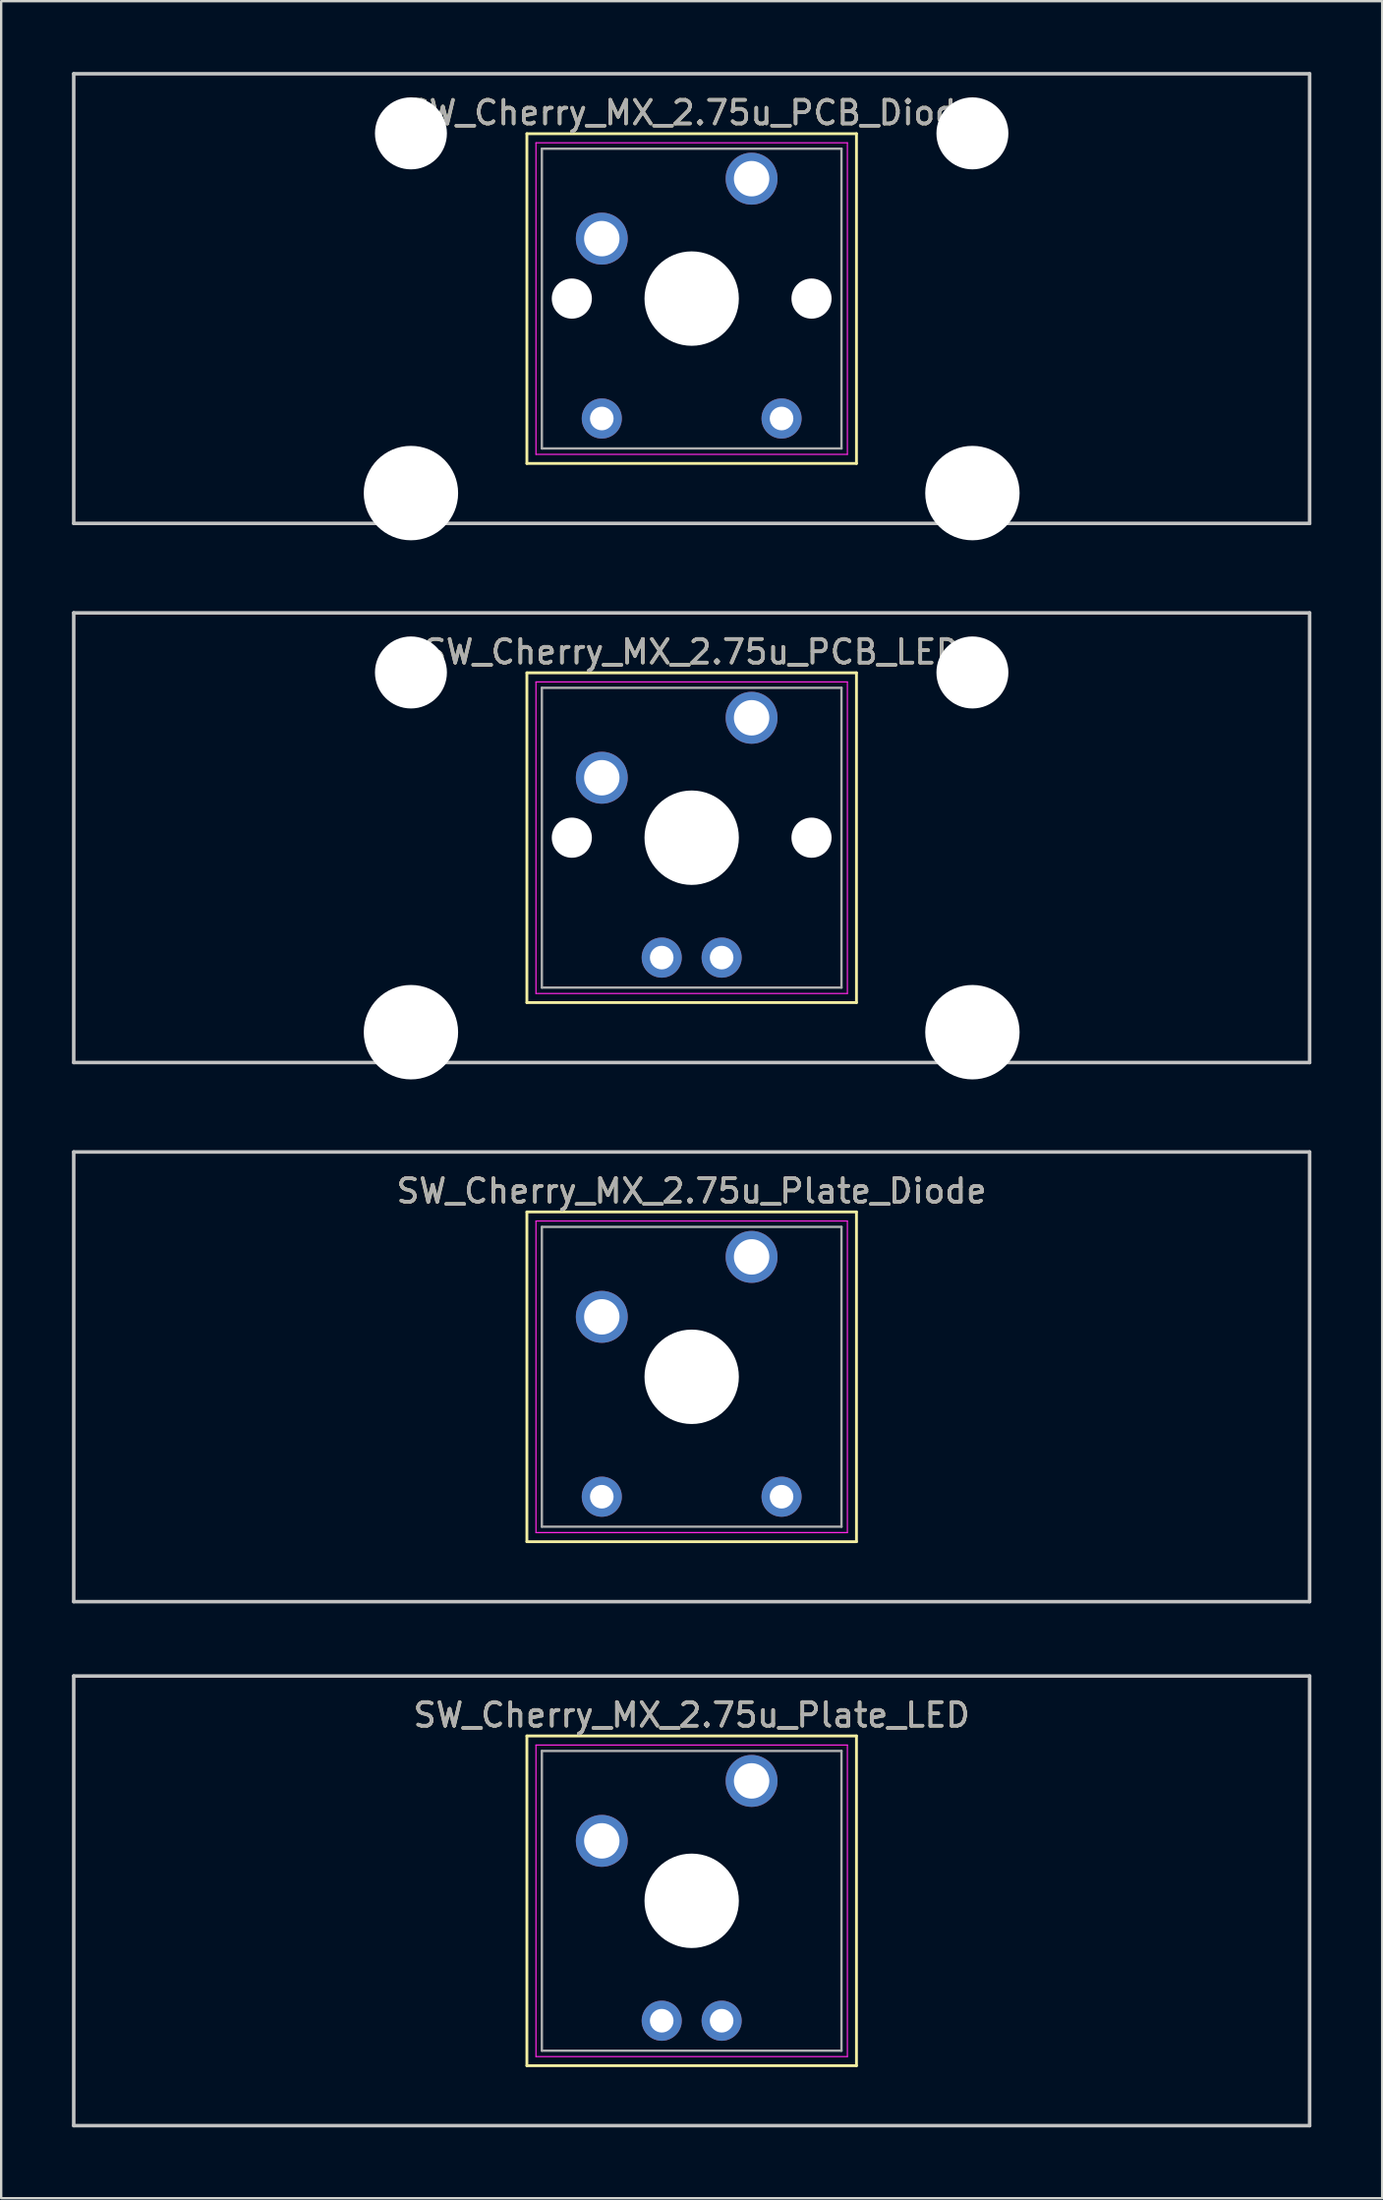
<source format=kicad_pcb>
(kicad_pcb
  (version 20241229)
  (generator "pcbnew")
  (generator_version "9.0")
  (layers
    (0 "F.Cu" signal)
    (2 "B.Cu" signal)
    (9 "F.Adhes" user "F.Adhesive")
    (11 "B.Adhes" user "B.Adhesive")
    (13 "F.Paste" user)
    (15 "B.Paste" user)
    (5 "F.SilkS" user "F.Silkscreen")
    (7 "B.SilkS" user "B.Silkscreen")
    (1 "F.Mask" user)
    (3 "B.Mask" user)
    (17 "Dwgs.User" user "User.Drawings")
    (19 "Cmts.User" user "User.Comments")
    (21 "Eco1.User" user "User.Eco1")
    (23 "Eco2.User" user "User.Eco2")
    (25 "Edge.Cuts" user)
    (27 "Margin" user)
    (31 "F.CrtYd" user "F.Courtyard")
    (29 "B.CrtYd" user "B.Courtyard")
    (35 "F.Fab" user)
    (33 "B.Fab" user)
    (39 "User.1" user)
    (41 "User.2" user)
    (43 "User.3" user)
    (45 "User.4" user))
  (footprint "SW_Cherry_MX_2.75u_Plate_Diode"
    (layer "F.Cu")
    (at 28.809 50.2)
    (property "Reference" "SW_Cherry_MX_2.75u_Plate_Diode" (at -2.54 -2.794 0) (layer "F.SilkS") (effects (font (size 1 1) (thickness 0.15))))
    (attr through_hole)
    (fp_line (start -9.525 -1.905) (end 4.445 -1.905) (stroke (width 0.12) (type solid)) (layer "F.SilkS"))
    (fp_line (start -9.525 12.065) (end -9.525 -1.905) (stroke (width 0.12) (type solid)) (layer "F.SilkS"))
    (fp_line (start 4.445 -1.905) (end 4.445 12.065) (stroke (width 0.12) (type solid)) (layer "F.SilkS"))
    (fp_line (start 4.445 12.065) (end -9.525 12.065) (stroke (width 0.12) (type solid)) (layer "F.SilkS"))
    (fp_line (start -28.734 -4.445) (end 23.654 -4.445) (stroke (width 0.15) (type solid)) (layer "Dwgs.User"))
    (fp_line (start -28.734 14.605) (end -28.734 -4.445) (stroke (width 0.15) (type solid)) (layer "Dwgs.User"))
    (fp_line (start 23.654 -4.445) (end 23.654 14.605) (stroke (width 0.15) (type solid)) (layer "Dwgs.User"))
    (fp_line (start 23.654 14.605) (end -28.734 14.605) (stroke (width 0.15) (type solid)) (layer "Dwgs.User"))
    (fp_line (start -9.14 -1.52) (end 4.06 -1.52) (stroke (width 0.05) (type solid)) (layer "F.CrtYd"))
    (fp_line (start -9.14 11.68) (end -9.14 -1.52) (stroke (width 0.05) (type solid)) (layer "F.CrtYd"))
    (fp_line (start 4.06 -1.52) (end 4.06 11.68) (stroke (width 0.05) (type solid)) (layer "F.CrtYd"))
    (fp_line (start 4.06 11.68) (end -9.14 11.68) (stroke (width 0.05) (type solid)) (layer "F.CrtYd"))
    (fp_line (start -8.89 -1.27) (end 3.81 -1.27) (stroke (width 0.1) (type solid)) (layer "F.Fab"))
    (fp_line (start -8.89 11.43) (end -8.89 -1.27) (stroke (width 0.1) (type solid)) (layer "F.Fab"))
    (fp_line (start 3.81 -1.27) (end 3.81 11.43) (stroke (width 0.1) (type solid)) (layer "F.Fab"))
    (fp_line (start 3.81 11.43) (end -8.89 11.43) (stroke (width 0.1) (type solid)) (layer "F.Fab"))
    (fp_text user "${REFERENCE}" (at -2.54 -2.794 0) (layer "F.Fab") (effects (font (size 1 1) (thickness 0.15))))
    (pad "" np_thru_hole circle (at -2.54 5.08) (size 4 4) (drill 4) (layers "*.Cu" "*.Mask"))
    (pad "1" thru_hole circle (at 0 0) (size 2.2 2.2) (drill 1.5) (layers "*.Cu" "*.Mask"))
    (pad "2" thru_hole circle (at -6.35 2.54) (size 2.2 2.2) (drill 1.5) (layers "*.Cu" "*.Mask"))
    (pad "3" thru_hole circle (at 1.27 10.16) (size 1.7 1.7) (drill 1) (layers "*.Cu" "*.Mask"))
    (pad "4" thru_hole circle (at -6.35 10.16) (size 1.7 1.7) (drill 1) (layers "*.Cu" "*.Mask")))
  (footprint "SW_Cherry_MX_2.75u_PCB_LED"
    (layer "F.Cu")
    (at 28.809 27.36)
    (property "Reference" "SW_Cherry_MX_2.75u_PCB_LED" (at -2.54 -2.794 0) (layer "F.SilkS") (effects (font (size 1 1) (thickness 0.15))))
    (attr through_hole)
    (fp_line (start -9.525 -1.905) (end 4.445 -1.905) (stroke (width 0.12) (type solid)) (layer "F.SilkS"))
    (fp_line (start -9.525 12.065) (end -9.525 -1.905) (stroke (width 0.12) (type solid)) (layer "F.SilkS"))
    (fp_line (start 4.445 -1.905) (end 4.445 12.065) (stroke (width 0.12) (type solid)) (layer "F.SilkS"))
    (fp_line (start 4.445 12.065) (end -9.525 12.065) (stroke (width 0.12) (type solid)) (layer "F.SilkS"))
    (fp_line (start -28.734 -4.445) (end 23.654 -4.445) (stroke (width 0.15) (type solid)) (layer "Dwgs.User"))
    (fp_line (start -28.734 14.605) (end -28.734 -4.445) (stroke (width 0.15) (type solid)) (layer "Dwgs.User"))
    (fp_line (start 23.654 -4.445) (end 23.654 14.605) (stroke (width 0.15) (type solid)) (layer "Dwgs.User"))
    (fp_line (start 23.654 14.605) (end -28.734 14.605) (stroke (width 0.15) (type solid)) (layer "Dwgs.User"))
    (fp_line (start -9.14 -1.52) (end 4.06 -1.52) (stroke (width 0.05) (type solid)) (layer "F.CrtYd"))
    (fp_line (start -9.14 11.68) (end -9.14 -1.52) (stroke (width 0.05) (type solid)) (layer "F.CrtYd"))
    (fp_line (start 4.06 -1.52) (end 4.06 11.68) (stroke (width 0.05) (type solid)) (layer "F.CrtYd"))
    (fp_line (start 4.06 11.68) (end -9.14 11.68) (stroke (width 0.05) (type solid)) (layer "F.CrtYd"))
    (fp_line (start -8.89 -1.27) (end 3.81 -1.27) (stroke (width 0.1) (type solid)) (layer "F.Fab"))
    (fp_line (start -8.89 11.43) (end -8.89 -1.27) (stroke (width 0.1) (type solid)) (layer "F.Fab"))
    (fp_line (start 3.81 -1.27) (end 3.81 11.43) (stroke (width 0.1) (type solid)) (layer "F.Fab"))
    (fp_line (start 3.81 11.43) (end -8.89 11.43) (stroke (width 0.1) (type solid)) (layer "F.Fab"))
    (fp_text user "${REFERENCE}" (at -2.54 -2.794 0) (layer "F.Fab") (effects (font (size 1 1) (thickness 0.15))))
    (pad "" np_thru_hole circle (at -14.44 -1.92) (size 3.05 3.05) (drill 3.05) (layers "*.Cu" "*.Mask"))
    (pad "" np_thru_hole circle (at -14.44 13.32) (size 4 4) (drill 4) (layers "*.Cu" "*.Mask"))
    (pad "" np_thru_hole circle (at -7.62 5.08) (size 1.7 1.7) (drill 1.7) (layers "*.Cu" "*.Mask"))
    (pad "" np_thru_hole circle (at -2.54 5.08) (size 4 4) (drill 4) (layers "*.Cu" "*.Mask"))
    (pad "" np_thru_hole circle (at 2.54 5.08) (size 1.7 1.7) (drill 1.7) (layers "*.Cu" "*.Mask"))
    (pad "" np_thru_hole circle (at 9.36 -1.92) (size 3.05 3.05) (drill 3.05) (layers "*.Cu" "*.Mask"))
    (pad "" np_thru_hole circle (at 9.36 13.32) (size 4 4) (drill 4) (layers "*.Cu" "*.Mask"))
    (pad "1" thru_hole circle (at 0 0) (size 2.2 2.2) (drill 1.5) (layers "*.Cu" "*.Mask"))
    (pad "2" thru_hole circle (at -6.35 2.54) (size 2.2 2.2) (drill 1.5) (layers "*.Cu" "*.Mask"))
    (pad "3" thru_hole circle (at -1.27 10.16) (size 1.7 1.7) (drill 1) (layers "*.Cu" "*.Mask"))
    (pad "4" thru_hole circle (at -3.81 10.16) (size 1.7 1.7) (drill 1) (layers "*.Cu" "*.Mask")))
  (footprint "SW_Cherry_MX_2.75u_Plate_LED"
    (layer "F.Cu")
    (at 28.809 72.4)
    (property "Reference" "SW_Cherry_MX_2.75u_Plate_LED" (at -2.54 -2.794 0) (layer "F.SilkS") (effects (font (size 1 1) (thickness 0.15))))
    (attr through_hole)
    (fp_line (start -9.525 -1.905) (end 4.445 -1.905) (stroke (width 0.12) (type solid)) (layer "F.SilkS"))
    (fp_line (start -9.525 12.065) (end -9.525 -1.905) (stroke (width 0.12) (type solid)) (layer "F.SilkS"))
    (fp_line (start 4.445 -1.905) (end 4.445 12.065) (stroke (width 0.12) (type solid)) (layer "F.SilkS"))
    (fp_line (start 4.445 12.065) (end -9.525 12.065) (stroke (width 0.12) (type solid)) (layer "F.SilkS"))
    (fp_line (start -28.734 -4.445) (end 23.654 -4.445) (stroke (width 0.15) (type solid)) (layer "Dwgs.User"))
    (fp_line (start -28.734 14.605) (end -28.734 -4.445) (stroke (width 0.15) (type solid)) (layer "Dwgs.User"))
    (fp_line (start 23.654 -4.445) (end 23.654 14.605) (stroke (width 0.15) (type solid)) (layer "Dwgs.User"))
    (fp_line (start 23.654 14.605) (end -28.734 14.605) (stroke (width 0.15) (type solid)) (layer "Dwgs.User"))
    (fp_line (start -9.14 -1.52) (end 4.06 -1.52) (stroke (width 0.05) (type solid)) (layer "F.CrtYd"))
    (fp_line (start -9.14 11.68) (end -9.14 -1.52) (stroke (width 0.05) (type solid)) (layer "F.CrtYd"))
    (fp_line (start 4.06 -1.52) (end 4.06 11.68) (stroke (width 0.05) (type solid)) (layer "F.CrtYd"))
    (fp_line (start 4.06 11.68) (end -9.14 11.68) (stroke (width 0.05) (type solid)) (layer "F.CrtYd"))
    (fp_line (start -8.89 -1.27) (end 3.81 -1.27) (stroke (width 0.1) (type solid)) (layer "F.Fab"))
    (fp_line (start -8.89 11.43) (end -8.89 -1.27) (stroke (width 0.1) (type solid)) (layer "F.Fab"))
    (fp_line (start 3.81 -1.27) (end 3.81 11.43) (stroke (width 0.1) (type solid)) (layer "F.Fab"))
    (fp_line (start 3.81 11.43) (end -8.89 11.43) (stroke (width 0.1) (type solid)) (layer "F.Fab"))
    (fp_text user "${REFERENCE}" (at -2.54 -2.794 0) (layer "F.Fab") (effects (font (size 1 1) (thickness 0.15))))
    (pad "" np_thru_hole circle (at -2.54 5.08) (size 4 4) (drill 4) (layers "*.Cu" "*.Mask"))
    (pad "1" thru_hole circle (at 0 0) (size 2.2 2.2) (drill 1.5) (layers "*.Cu" "*.Mask"))
    (pad "2" thru_hole circle (at -6.35 2.54) (size 2.2 2.2) (drill 1.5) (layers "*.Cu" "*.Mask"))
    (pad "3" thru_hole circle (at -1.27 10.16) (size 1.7 1.7) (drill 1) (layers "*.Cu" "*.Mask"))
    (pad "4" thru_hole circle (at -3.81 10.16) (size 1.7 1.7) (drill 1) (layers "*.Cu" "*.Mask")))
  (footprint "SW_Cherry_MX_2.75u_PCB_Diode"
    (layer "F.Cu")
    (at 28.809 4.52)
    (property "Reference" "SW_Cherry_MX_2.75u_PCB_Diode" (at -2.54 -2.794 0) (layer "F.SilkS") (effects (font (size 1 1) (thickness 0.15))))
    (attr through_hole)
    (fp_line (start -9.525 -1.905) (end 4.445 -1.905) (stroke (width 0.12) (type solid)) (layer "F.SilkS"))
    (fp_line (start -9.525 12.065) (end -9.525 -1.905) (stroke (width 0.12) (type solid)) (layer "F.SilkS"))
    (fp_line (start 4.445 -1.905) (end 4.445 12.065) (stroke (width 0.12) (type solid)) (layer "F.SilkS"))
    (fp_line (start 4.445 12.065) (end -9.525 12.065) (stroke (width 0.12) (type solid)) (layer "F.SilkS"))
    (fp_line (start -28.734 -4.445) (end 23.654 -4.445) (stroke (width 0.15) (type solid)) (layer "Dwgs.User"))
    (fp_line (start -28.734 14.605) (end -28.734 -4.445) (stroke (width 0.15) (type solid)) (layer "Dwgs.User"))
    (fp_line (start 23.654 -4.445) (end 23.654 14.605) (stroke (width 0.15) (type solid)) (layer "Dwgs.User"))
    (fp_line (start 23.654 14.605) (end -28.734 14.605) (stroke (width 0.15) (type solid)) (layer "Dwgs.User"))
    (fp_line (start -9.14 -1.52) (end 4.06 -1.52) (stroke (width 0.05) (type solid)) (layer "F.CrtYd"))
    (fp_line (start -9.14 11.68) (end -9.14 -1.52) (stroke (width 0.05) (type solid)) (layer "F.CrtYd"))
    (fp_line (start 4.06 -1.52) (end 4.06 11.68) (stroke (width 0.05) (type solid)) (layer "F.CrtYd"))
    (fp_line (start 4.06 11.68) (end -9.14 11.68) (stroke (width 0.05) (type solid)) (layer "F.CrtYd"))
    (fp_line (start -8.89 -1.27) (end 3.81 -1.27) (stroke (width 0.1) (type solid)) (layer "F.Fab"))
    (fp_line (start -8.89 11.43) (end -8.89 -1.27) (stroke (width 0.1) (type solid)) (layer "F.Fab"))
    (fp_line (start 3.81 -1.27) (end 3.81 11.43) (stroke (width 0.1) (type solid)) (layer "F.Fab"))
    (fp_line (start 3.81 11.43) (end -8.89 11.43) (stroke (width 0.1) (type solid)) (layer "F.Fab"))
    (fp_text user "${REFERENCE}" (at -2.54 -2.794 0) (layer "F.Fab") (effects (font (size 1 1) (thickness 0.15))))
    (pad "" np_thru_hole circle (at -14.44 -1.92) (size 3.05 3.05) (drill 3.05) (layers "*.Cu" "*.Mask"))
    (pad "" np_thru_hole circle (at -14.44 13.32) (size 4 4) (drill 4) (layers "*.Cu" "*.Mask"))
    (pad "" np_thru_hole circle (at -7.62 5.08) (size 1.7 1.7) (drill 1.7) (layers "*.Cu" "*.Mask"))
    (pad "" np_thru_hole circle (at -2.54 5.08) (size 4 4) (drill 4) (layers "*.Cu" "*.Mask"))
    (pad "" np_thru_hole circle (at 2.54 5.08) (size 1.7 1.7) (drill 1.7) (layers "*.Cu" "*.Mask"))
    (pad "" np_thru_hole circle (at 9.36 -1.92) (size 3.05 3.05) (drill 3.05) (layers "*.Cu" "*.Mask"))
    (pad "" np_thru_hole circle (at 9.36 13.32) (size 4 4) (drill 4) (layers "*.Cu" "*.Mask"))
    (pad "1" thru_hole circle (at 0 0) (size 2.2 2.2) (drill 1.5) (layers "*.Cu" "*.Mask"))
    (pad "2" thru_hole circle (at -6.35 2.54) (size 2.2 2.2) (drill 1.5) (layers "*.Cu" "*.Mask"))
    (pad "3" thru_hole circle (at 1.27 10.16) (size 1.7 1.7) (drill 1) (layers "*.Cu" "*.Mask"))
    (pad "4" thru_hole circle (at -6.35 10.16) (size 1.7 1.7) (drill 1) (layers "*.Cu" "*.Mask")))
  (gr_rect
    (start -3 -3)
    (end 55.538 90.08)
    (stroke (width 0.1) (type default))
    (fill no)
    (layer "Edge.Cuts")))
</source>
